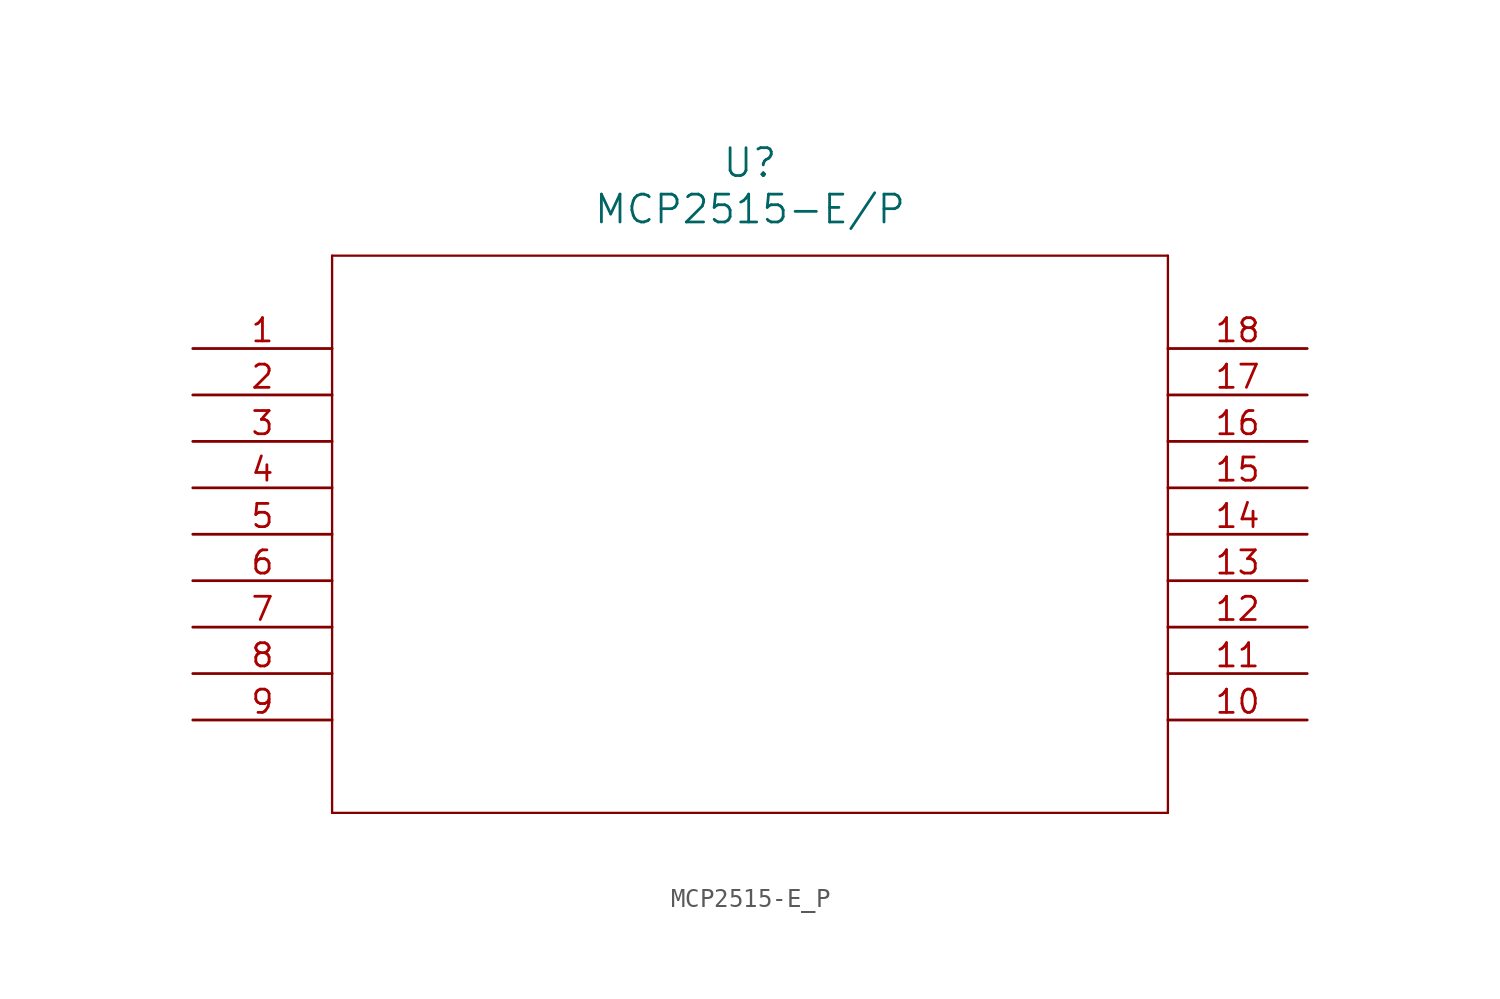
<source format=kicad_sym>
(kicad_symbol_lib
  (version 20211014)
  (generator kicad_symbol_editor)
  (symbol "MCP2515-E_P"
    (pin_names
      (offset 0.254))
    (property "Reference" "U"
      (at 30.48 10.16 0)
      (effects (font (size 1.524 1.524))))
    (property "Value" "MCP2515-E/P"
      (at 30.48 7.62 0)
      (effects (font (size 1.524 1.524))))
    (symbol "MCP2515-E_P_0_1"
      (polyline (pts (xy 7.62 5.08) (xy 7.62 -25.4)) (stroke (width 0.127) (type default) (color 0 0 0 0)) (fill (type none)))
      (polyline (pts (xy 7.62 -25.4) (xy 53.34 -25.4)) (stroke (width 0.127) (type default) (color 0 0 0 0)) (fill (type none)))
      (polyline (pts (xy 53.34 -25.4) (xy 53.34 5.08)) (stroke (width 0.127) (type default) (color 0 0 0 0)) (fill (type none)))
      (polyline (pts (xy 53.34 5.08) (xy 7.62 5.08)) (stroke (width 0.127) (type default) (color 0 0 0 0)) (fill (type none)))
      (pin unspecified line (at 0 0 0) (length 7.62) (name "" (effects (font (size 1.27 1.27)))) (number "1" (effects (font (size 1.27 1.27)))))
      (pin unspecified line (at 0 -2.54 0) (length 7.62) (name "" (effects (font (size 1.27 1.27)))) (number "2" (effects (font (size 1.27 1.27)))))
      (pin unspecified line (at 0 -5.08 0) (length 7.62) (name "" (effects (font (size 1.27 1.27)))) (number "3" (effects (font (size 1.27 1.27)))))
      (pin unspecified line (at 0 -7.62 0) (length 7.62) (name "" (effects (font (size 1.27 1.27)))) (number "4" (effects (font (size 1.27 1.27)))))
      (pin unspecified line (at 0 -10.16 0) (length 7.62) (name "" (effects (font (size 1.27 1.27)))) (number "5" (effects (font (size 1.27 1.27)))))
      (pin unspecified line (at 0 -12.7 0) (length 7.62) (name "" (effects (font (size 1.27 1.27)))) (number "6" (effects (font (size 1.27 1.27)))))
      (pin unspecified line (at 0 -15.24 0) (length 7.62) (name "" (effects (font (size 1.27 1.27)))) (number "7" (effects (font (size 1.27 1.27)))))
      (pin unspecified line (at 0 -17.78 0) (length 7.62) (name "" (effects (font (size 1.27 1.27)))) (number "8" (effects (font (size 1.27 1.27)))))
      (pin unspecified line (at 0 -20.32 0) (length 7.62) (name "" (effects (font (size 1.27 1.27)))) (number "9" (effects (font (size 1.27 1.27)))))
      (pin unspecified line (at 60.96 -20.32 180) (length 7.62) (name "" (effects (font (size 1.27 1.27)))) (number "10" (effects (font (size 1.27 1.27)))))
      (pin unspecified line (at 60.96 -17.78 180) (length 7.62) (name "" (effects (font (size 1.27 1.27)))) (number "11" (effects (font (size 1.27 1.27)))))
      (pin unspecified line (at 60.96 -15.24 180) (length 7.62) (name "" (effects (font (size 1.27 1.27)))) (number "12" (effects (font (size 1.27 1.27)))))
      (pin unspecified line (at 60.96 -12.7 180) (length 7.62) (name "" (effects (font (size 1.27 1.27)))) (number "13" (effects (font (size 1.27 1.27)))))
      (pin unspecified line (at 60.96 -10.16 180) (length 7.62) (name "" (effects (font (size 1.27 1.27)))) (number "14" (effects (font (size 1.27 1.27)))))
      (pin unspecified line (at 60.96 -7.62 180) (length 7.62) (name "" (effects (font (size 1.27 1.27)))) (number "15" (effects (font (size 1.27 1.27)))))
      (pin unspecified line (at 60.96 -5.08 180) (length 7.62) (name "" (effects (font (size 1.27 1.27)))) (number "16" (effects (font (size 1.27 1.27)))))
      (pin unspecified line (at 60.96 -2.54 180) (length 7.62) (name "" (effects (font (size 1.27 1.27)))) (number "17" (effects (font (size 1.27 1.27)))))
      (pin unspecified line (at 60.96 0 180) (length 7.62) (name "" (effects (font (size 1.27 1.27)))) (number "18" (effects (font (size 1.27 1.27))))))))
</source>
